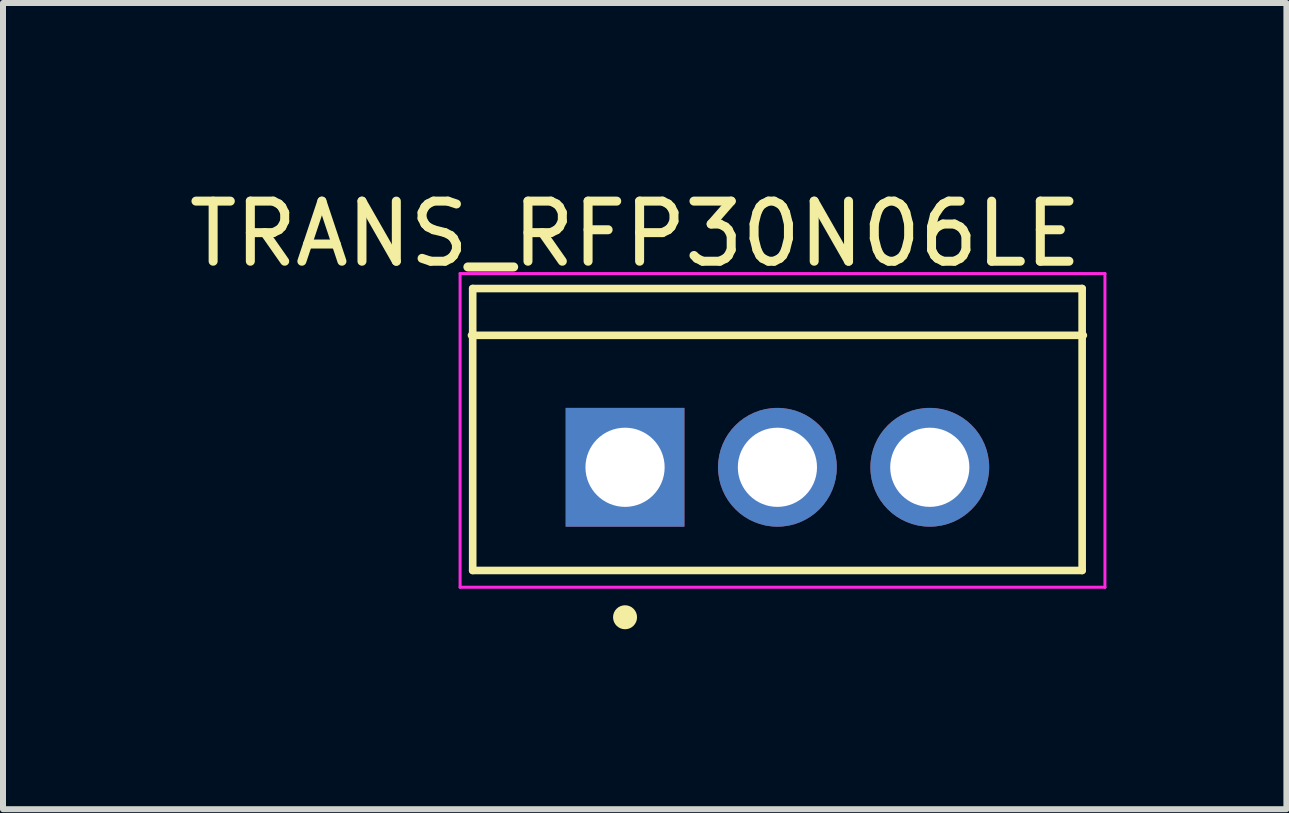
<source format=kicad_pcb>
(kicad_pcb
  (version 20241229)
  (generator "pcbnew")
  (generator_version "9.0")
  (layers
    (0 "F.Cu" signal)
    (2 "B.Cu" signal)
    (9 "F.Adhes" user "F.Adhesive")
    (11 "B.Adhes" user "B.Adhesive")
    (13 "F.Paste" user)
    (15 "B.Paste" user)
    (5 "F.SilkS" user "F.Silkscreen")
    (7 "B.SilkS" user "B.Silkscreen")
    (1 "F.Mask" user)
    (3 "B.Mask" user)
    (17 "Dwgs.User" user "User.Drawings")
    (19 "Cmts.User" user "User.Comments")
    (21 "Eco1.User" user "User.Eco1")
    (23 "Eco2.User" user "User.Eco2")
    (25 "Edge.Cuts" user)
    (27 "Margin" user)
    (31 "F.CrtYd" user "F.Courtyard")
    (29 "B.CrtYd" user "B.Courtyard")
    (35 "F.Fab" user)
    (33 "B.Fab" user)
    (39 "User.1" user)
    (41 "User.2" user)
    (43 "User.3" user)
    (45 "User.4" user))
  (footprint "TRANS_RFP30N06LE"
    (layer "F.Cu")
    (at 9.91 4.74)
    (property "Reference" "TRANS_RFP30N06LE" (at -2.369 -3.891 0) (layer "F.SilkS") (effects (font (size 1.002 1.002) (thickness 0.15))))
    (attr through_hole)
    (fp_line (start -5.1 -2.2) (end 5.1 -2.2) (stroke (width 0.127) (type solid)) (layer "F.SilkS"))
    (fp_line (start -5.08 -2.98) (end -5.08 1.72) (stroke (width 0.127) (type solid)) (layer "F.SilkS"))
    (fp_line (start -5.08 1.72) (end 5.08 1.72) (stroke (width 0.127) (type solid)) (layer "F.SilkS"))
    (fp_line (start 5.08 -2.98) (end -5.08 -2.98) (stroke (width 0.127) (type solid)) (layer "F.SilkS"))
    (fp_line (start 5.08 1.72) (end 5.08 -2.98) (stroke (width 0.127) (type solid)) (layer "F.SilkS"))
    (fp_circle (center -2.54 2.5) (end -2.34 2.5) (stroke (width 0) (type solid)) (fill yes) (layer "F.SilkS"))
    (fp_line (start -5.29 -3.23) (end 5.46 -3.23) (stroke (width 0.05) (type solid)) (layer "F.CrtYd"))
    (fp_line (start -5.29 2) (end -5.29 -3.23) (stroke (width 0.05) (type solid)) (layer "F.CrtYd"))
    (fp_line (start 5.46 -3.23) (end 5.46 2) (stroke (width 0.05) (type solid)) (layer "F.CrtYd"))
    (fp_line (start 5.46 2) (end -5.29 2) (stroke (width 0.05) (type solid)) (layer "F.CrtYd"))
    (pad "1" thru_hole rect (at -2.54 0) (size 1.98 1.98) (drill 1.32) (layers "*.Cu" "*.Mask"))
    (pad "2" thru_hole circle (at 0 0) (size 1.98 1.98) (drill 1.32) (layers "*.Cu" "*.Mask"))
    (pad "3" thru_hole circle (at 2.54 0) (size 1.98 1.98) (drill 1.32) (layers "*.Cu" "*.Mask")))
  (gr_rect
    (start -3 -3)
    (end 18.395 10.44)
    (stroke (width 0.1) (type default))
    (fill no)
    (layer "Edge.Cuts")))
</source>
